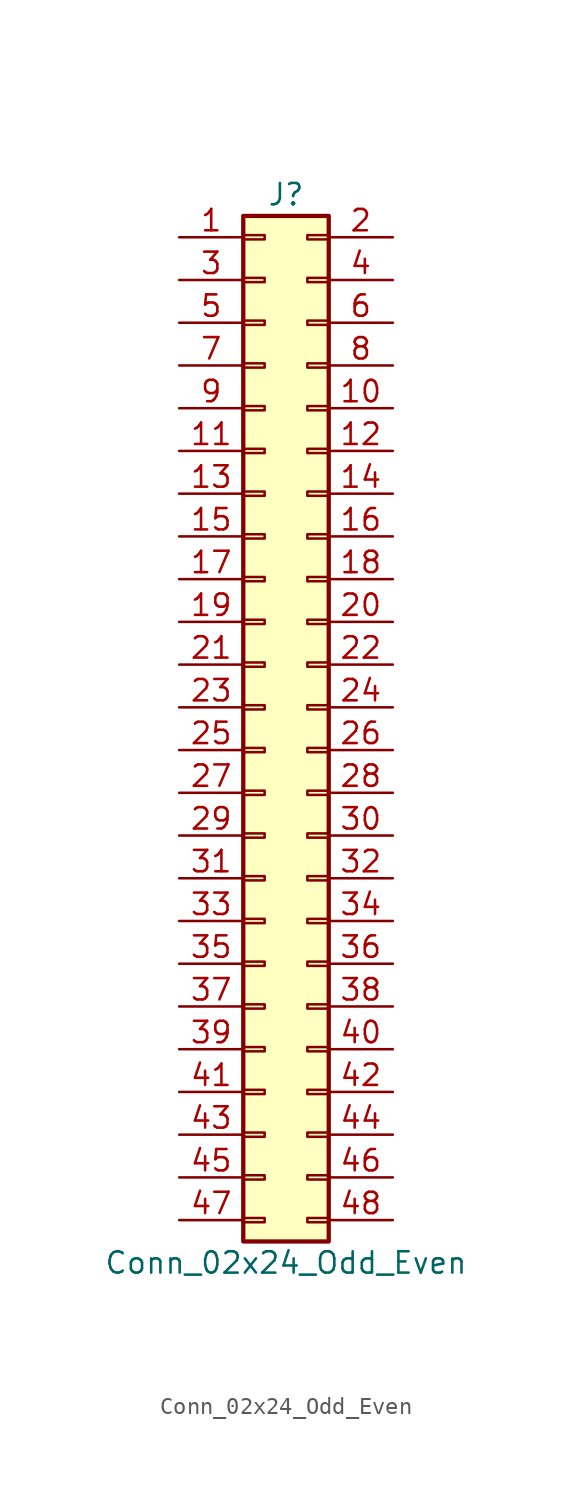
<source format=kicad_sym>
(kicad_symbol_lib
  (version 20220914)
  (generator kicad_symbol_editor)
  (symbol "Conn_02x24_Odd_Even"
    (pin_names
      (offset 1.016) hide)
    (property "Reference" "J"
      (at 1.27 30.48 0)
      (effects (font (size 1.27 1.27))))
    (property "Value" "Conn_02x24_Odd_Even"
      (at 1.27 -33.02 0)
      (effects (font (size 1.27 1.27))))
    (symbol "Conn_02x24_Odd_Even_1_1"
      (rectangle (start -1.27 -30.353) (end 0 -30.607) (stroke (width 0.152) (type solid)) (fill (type none)))
      (rectangle (start -1.27 -27.813) (end 0 -28.067) (stroke (width 0.152) (type solid)) (fill (type none)))
      (rectangle (start -1.27 -25.273) (end 0 -25.527) (stroke (width 0.152) (type solid)) (fill (type none)))
      (rectangle (start -1.27 -22.733) (end 0 -22.987) (stroke (width 0.152) (type solid)) (fill (type none)))
      (rectangle (start -1.27 -20.193) (end 0 -20.447) (stroke (width 0.152) (type solid)) (fill (type none)))
      (rectangle (start -1.27 -17.653) (end 0 -17.907) (stroke (width 0.152) (type solid)) (fill (type none)))
      (rectangle (start -1.27 -15.113) (end 0 -15.367) (stroke (width 0.152) (type solid)) (fill (type none)))
      (rectangle (start -1.27 -12.573) (end 0 -12.827) (stroke (width 0.152) (type solid)) (fill (type none)))
      (rectangle (start -1.27 -10.033) (end 0 -10.287) (stroke (width 0.152) (type solid)) (fill (type none)))
      (rectangle (start -1.27 -7.493) (end 0 -7.747) (stroke (width 0.152) (type solid)) (fill (type none)))
      (rectangle (start -1.27 -4.953) (end 0 -5.207) (stroke (width 0.152) (type solid)) (fill (type none)))
      (rectangle (start -1.27 -2.413) (end 0 -2.667) (stroke (width 0.152) (type solid)) (fill (type none)))
      (rectangle (start -1.27 0.127) (end 0 -0.127) (stroke (width 0.152) (type solid)) (fill (type none)))
      (rectangle (start -1.27 2.667) (end 0 2.413) (stroke (width 0.152) (type solid)) (fill (type none)))
      (rectangle (start -1.27 5.207) (end 0 4.953) (stroke (width 0.152) (type solid)) (fill (type none)))
      (rectangle (start -1.27 7.747) (end 0 7.493) (stroke (width 0.152) (type solid)) (fill (type none)))
      (rectangle (start -1.27 10.287) (end 0 10.033) (stroke (width 0.152) (type solid)) (fill (type none)))
      (rectangle (start -1.27 12.827) (end 0 12.573) (stroke (width 0.152) (type solid)) (fill (type none)))
      (rectangle (start -1.27 15.367) (end 0 15.113) (stroke (width 0.152) (type solid)) (fill (type none)))
      (rectangle (start -1.27 17.907) (end 0 17.653) (stroke (width 0.152) (type solid)) (fill (type none)))
      (rectangle (start -1.27 20.447) (end 0 20.193) (stroke (width 0.152) (type solid)) (fill (type none)))
      (rectangle (start -1.27 22.987) (end 0 22.733) (stroke (width 0.152) (type solid)) (fill (type none)))
      (rectangle (start -1.27 25.527) (end 0 25.273) (stroke (width 0.152) (type solid)) (fill (type none)))
      (rectangle (start -1.27 28.067) (end 0 27.813) (stroke (width 0.152) (type solid)) (fill (type none)))
      (rectangle (start -1.27 29.21) (end 3.81 -31.75) (stroke (width 0.254) (type solid)) (fill (type background)))
      (rectangle (start 3.81 -30.353) (end 2.54 -30.607) (stroke (width 0.152) (type solid)) (fill (type none)))
      (rectangle (start 3.81 -27.813) (end 2.54 -28.067) (stroke (width 0.152) (type solid)) (fill (type none)))
      (rectangle (start 3.81 -25.273) (end 2.54 -25.527) (stroke (width 0.152) (type solid)) (fill (type none)))
      (rectangle (start 3.81 -22.733) (end 2.54 -22.987) (stroke (width 0.152) (type solid)) (fill (type none)))
      (rectangle (start 3.81 -20.193) (end 2.54 -20.447) (stroke (width 0.152) (type solid)) (fill (type none)))
      (rectangle (start 3.81 -17.653) (end 2.54 -17.907) (stroke (width 0.152) (type solid)) (fill (type none)))
      (rectangle (start 3.81 -15.113) (end 2.54 -15.367) (stroke (width 0.152) (type solid)) (fill (type none)))
      (rectangle (start 3.81 -12.573) (end 2.54 -12.827) (stroke (width 0.152) (type solid)) (fill (type none)))
      (rectangle (start 3.81 -10.033) (end 2.54 -10.287) (stroke (width 0.152) (type solid)) (fill (type none)))
      (rectangle (start 3.81 -7.493) (end 2.54 -7.747) (stroke (width 0.152) (type solid)) (fill (type none)))
      (rectangle (start 3.81 -4.953) (end 2.54 -5.207) (stroke (width 0.152) (type solid)) (fill (type none)))
      (rectangle (start 3.81 -2.413) (end 2.54 -2.667) (stroke (width 0.152) (type solid)) (fill (type none)))
      (rectangle (start 3.81 0.127) (end 2.54 -0.127) (stroke (width 0.152) (type solid)) (fill (type none)))
      (rectangle (start 3.81 2.667) (end 2.54 2.413) (stroke (width 0.152) (type solid)) (fill (type none)))
      (rectangle (start 3.81 5.207) (end 2.54 4.953) (stroke (width 0.152) (type solid)) (fill (type none)))
      (rectangle (start 3.81 7.747) (end 2.54 7.493) (stroke (width 0.152) (type solid)) (fill (type none)))
      (rectangle (start 3.81 10.287) (end 2.54 10.033) (stroke (width 0.152) (type solid)) (fill (type none)))
      (rectangle (start 3.81 12.827) (end 2.54 12.573) (stroke (width 0.152) (type solid)) (fill (type none)))
      (rectangle (start 3.81 15.367) (end 2.54 15.113) (stroke (width 0.152) (type solid)) (fill (type none)))
      (rectangle (start 3.81 17.907) (end 2.54 17.653) (stroke (width 0.152) (type solid)) (fill (type none)))
      (rectangle (start 3.81 20.447) (end 2.54 20.193) (stroke (width 0.152) (type solid)) (fill (type none)))
      (rectangle (start 3.81 22.987) (end 2.54 22.733) (stroke (width 0.152) (type solid)) (fill (type none)))
      (rectangle (start 3.81 25.527) (end 2.54 25.273) (stroke (width 0.152) (type solid)) (fill (type none)))
      (rectangle (start 3.81 28.067) (end 2.54 27.813) (stroke (width 0.152) (type solid)) (fill (type none)))
      (pin passive line (at -5.08 27.94 0) (length 3.81) (name "Pin_1" (effects (font (size 1.27 1.27)))) (number "1" (effects (font (size 1.27 1.27)))))
      (pin passive line (at 7.62 17.78 180) (length 3.81) (name "Pin_10" (effects (font (size 1.27 1.27)))) (number "10" (effects (font (size 1.27 1.27)))))
      (pin passive line (at -5.08 15.24 0) (length 3.81) (name "Pin_11" (effects (font (size 1.27 1.27)))) (number "11" (effects (font (size 1.27 1.27)))))
      (pin passive line (at 7.62 15.24 180) (length 3.81) (name "Pin_12" (effects (font (size 1.27 1.27)))) (number "12" (effects (font (size 1.27 1.27)))))
      (pin passive line (at -5.08 12.7 0) (length 3.81) (name "Pin_13" (effects (font (size 1.27 1.27)))) (number "13" (effects (font (size 1.27 1.27)))))
      (pin passive line (at 7.62 12.7 180) (length 3.81) (name "Pin_14" (effects (font (size 1.27 1.27)))) (number "14" (effects (font (size 1.27 1.27)))))
      (pin passive line (at -5.08 10.16 0) (length 3.81) (name "Pin_15" (effects (font (size 1.27 1.27)))) (number "15" (effects (font (size 1.27 1.27)))))
      (pin passive line (at 7.62 10.16 180) (length 3.81) (name "Pin_16" (effects (font (size 1.27 1.27)))) (number "16" (effects (font (size 1.27 1.27)))))
      (pin passive line (at -5.08 7.62 0) (length 3.81) (name "Pin_17" (effects (font (size 1.27 1.27)))) (number "17" (effects (font (size 1.27 1.27)))))
      (pin passive line (at 7.62 7.62 180) (length 3.81) (name "Pin_18" (effects (font (size 1.27 1.27)))) (number "18" (effects (font (size 1.27 1.27)))))
      (pin passive line (at -5.08 5.08 0) (length 3.81) (name "Pin_19" (effects (font (size 1.27 1.27)))) (number "19" (effects (font (size 1.27 1.27)))))
      (pin passive line (at 7.62 27.94 180) (length 3.81) (name "Pin_2" (effects (font (size 1.27 1.27)))) (number "2" (effects (font (size 1.27 1.27)))))
      (pin passive line (at 7.62 5.08 180) (length 3.81) (name "Pin_20" (effects (font (size 1.27 1.27)))) (number "20" (effects (font (size 1.27 1.27)))))
      (pin passive line (at -5.08 2.54 0) (length 3.81) (name "Pin_21" (effects (font (size 1.27 1.27)))) (number "21" (effects (font (size 1.27 1.27)))))
      (pin passive line (at 7.62 2.54 180) (length 3.81) (name "Pin_22" (effects (font (size 1.27 1.27)))) (number "22" (effects (font (size 1.27 1.27)))))
      (pin passive line (at -5.08 0 0) (length 3.81) (name "Pin_23" (effects (font (size 1.27 1.27)))) (number "23" (effects (font (size 1.27 1.27)))))
      (pin passive line (at 7.62 0 180) (length 3.81) (name "Pin_24" (effects (font (size 1.27 1.27)))) (number "24" (effects (font (size 1.27 1.27)))))
      (pin passive line (at -5.08 -2.54 0) (length 3.81) (name "Pin_25" (effects (font (size 1.27 1.27)))) (number "25" (effects (font (size 1.27 1.27)))))
      (pin passive line (at 7.62 -2.54 180) (length 3.81) (name "Pin_26" (effects (font (size 1.27 1.27)))) (number "26" (effects (font (size 1.27 1.27)))))
      (pin passive line (at -5.08 -5.08 0) (length 3.81) (name "Pin_27" (effects (font (size 1.27 1.27)))) (number "27" (effects (font (size 1.27 1.27)))))
      (pin passive line (at 7.62 -5.08 180) (length 3.81) (name "Pin_28" (effects (font (size 1.27 1.27)))) (number "28" (effects (font (size 1.27 1.27)))))
      (pin passive line (at -5.08 -7.62 0) (length 3.81) (name "Pin_29" (effects (font (size 1.27 1.27)))) (number "29" (effects (font (size 1.27 1.27)))))
      (pin passive line (at -5.08 25.4 0) (length 3.81) (name "Pin_3" (effects (font (size 1.27 1.27)))) (number "3" (effects (font (size 1.27 1.27)))))
      (pin passive line (at 7.62 -7.62 180) (length 3.81) (name "Pin_30" (effects (font (size 1.27 1.27)))) (number "30" (effects (font (size 1.27 1.27)))))
      (pin passive line (at -5.08 -10.16 0) (length 3.81) (name "Pin_31" (effects (font (size 1.27 1.27)))) (number "31" (effects (font (size 1.27 1.27)))))
      (pin passive line (at 7.62 -10.16 180) (length 3.81) (name "Pin_32" (effects (font (size 1.27 1.27)))) (number "32" (effects (font (size 1.27 1.27)))))
      (pin passive line (at -5.08 -12.7 0) (length 3.81) (name "Pin_33" (effects (font (size 1.27 1.27)))) (number "33" (effects (font (size 1.27 1.27)))))
      (pin passive line (at 7.62 -12.7 180) (length 3.81) (name "Pin_34" (effects (font (size 1.27 1.27)))) (number "34" (effects (font (size 1.27 1.27)))))
      (pin passive line (at -5.08 -15.24 0) (length 3.81) (name "Pin_35" (effects (font (size 1.27 1.27)))) (number "35" (effects (font (size 1.27 1.27)))))
      (pin passive line (at 7.62 -15.24 180) (length 3.81) (name "Pin_36" (effects (font (size 1.27 1.27)))) (number "36" (effects (font (size 1.27 1.27)))))
      (pin passive line (at -5.08 -17.78 0) (length 3.81) (name "Pin_37" (effects (font (size 1.27 1.27)))) (number "37" (effects (font (size 1.27 1.27)))))
      (pin passive line (at 7.62 -17.78 180) (length 3.81) (name "Pin_38" (effects (font (size 1.27 1.27)))) (number "38" (effects (font (size 1.27 1.27)))))
      (pin passive line (at -5.08 -20.32 0) (length 3.81) (name "Pin_39" (effects (font (size 1.27 1.27)))) (number "39" (effects (font (size 1.27 1.27)))))
      (pin passive line (at 7.62 25.4 180) (length 3.81) (name "Pin_4" (effects (font (size 1.27 1.27)))) (number "4" (effects (font (size 1.27 1.27)))))
      (pin passive line (at 7.62 -20.32 180) (length 3.81) (name "Pin_40" (effects (font (size 1.27 1.27)))) (number "40" (effects (font (size 1.27 1.27)))))
      (pin passive line (at -5.08 -22.86 0) (length 3.81) (name "Pin_41" (effects (font (size 1.27 1.27)))) (number "41" (effects (font (size 1.27 1.27)))))
      (pin passive line (at 7.62 -22.86 180) (length 3.81) (name "Pin_42" (effects (font (size 1.27 1.27)))) (number "42" (effects (font (size 1.27 1.27)))))
      (pin passive line (at -5.08 -25.4 0) (length 3.81) (name "Pin_43" (effects (font (size 1.27 1.27)))) (number "43" (effects (font (size 1.27 1.27)))))
      (pin passive line (at 7.62 -25.4 180) (length 3.81) (name "Pin_44" (effects (font (size 1.27 1.27)))) (number "44" (effects (font (size 1.27 1.27)))))
      (pin passive line (at -5.08 -27.94 0) (length 3.81) (name "Pin_45" (effects (font (size 1.27 1.27)))) (number "45" (effects (font (size 1.27 1.27)))))
      (pin passive line (at 7.62 -27.94 180) (length 3.81) (name "Pin_46" (effects (font (size 1.27 1.27)))) (number "46" (effects (font (size 1.27 1.27)))))
      (pin passive line (at -5.08 -30.48 0) (length 3.81) (name "Pin_47" (effects (font (size 1.27 1.27)))) (number "47" (effects (font (size 1.27 1.27)))))
      (pin passive line (at 7.62 -30.48 180) (length 3.81) (name "Pin_48" (effects (font (size 1.27 1.27)))) (number "48" (effects (font (size 1.27 1.27)))))
      (pin passive line (at -5.08 22.86 0) (length 3.81) (name "Pin_5" (effects (font (size 1.27 1.27)))) (number "5" (effects (font (size 1.27 1.27)))))
      (pin passive line (at 7.62 22.86 180) (length 3.81) (name "Pin_6" (effects (font (size 1.27 1.27)))) (number "6" (effects (font (size 1.27 1.27)))))
      (pin passive line (at -5.08 20.32 0) (length 3.81) (name "Pin_7" (effects (font (size 1.27 1.27)))) (number "7" (effects (font (size 1.27 1.27)))))
      (pin passive line (at 7.62 20.32 180) (length 3.81) (name "Pin_8" (effects (font (size 1.27 1.27)))) (number "8" (effects (font (size 1.27 1.27)))))
      (pin passive line (at -5.08 17.78 0) (length 3.81) (name "Pin_9" (effects (font (size 1.27 1.27)))) (number "9" (effects (font (size 1.27 1.27))))))))
</source>
